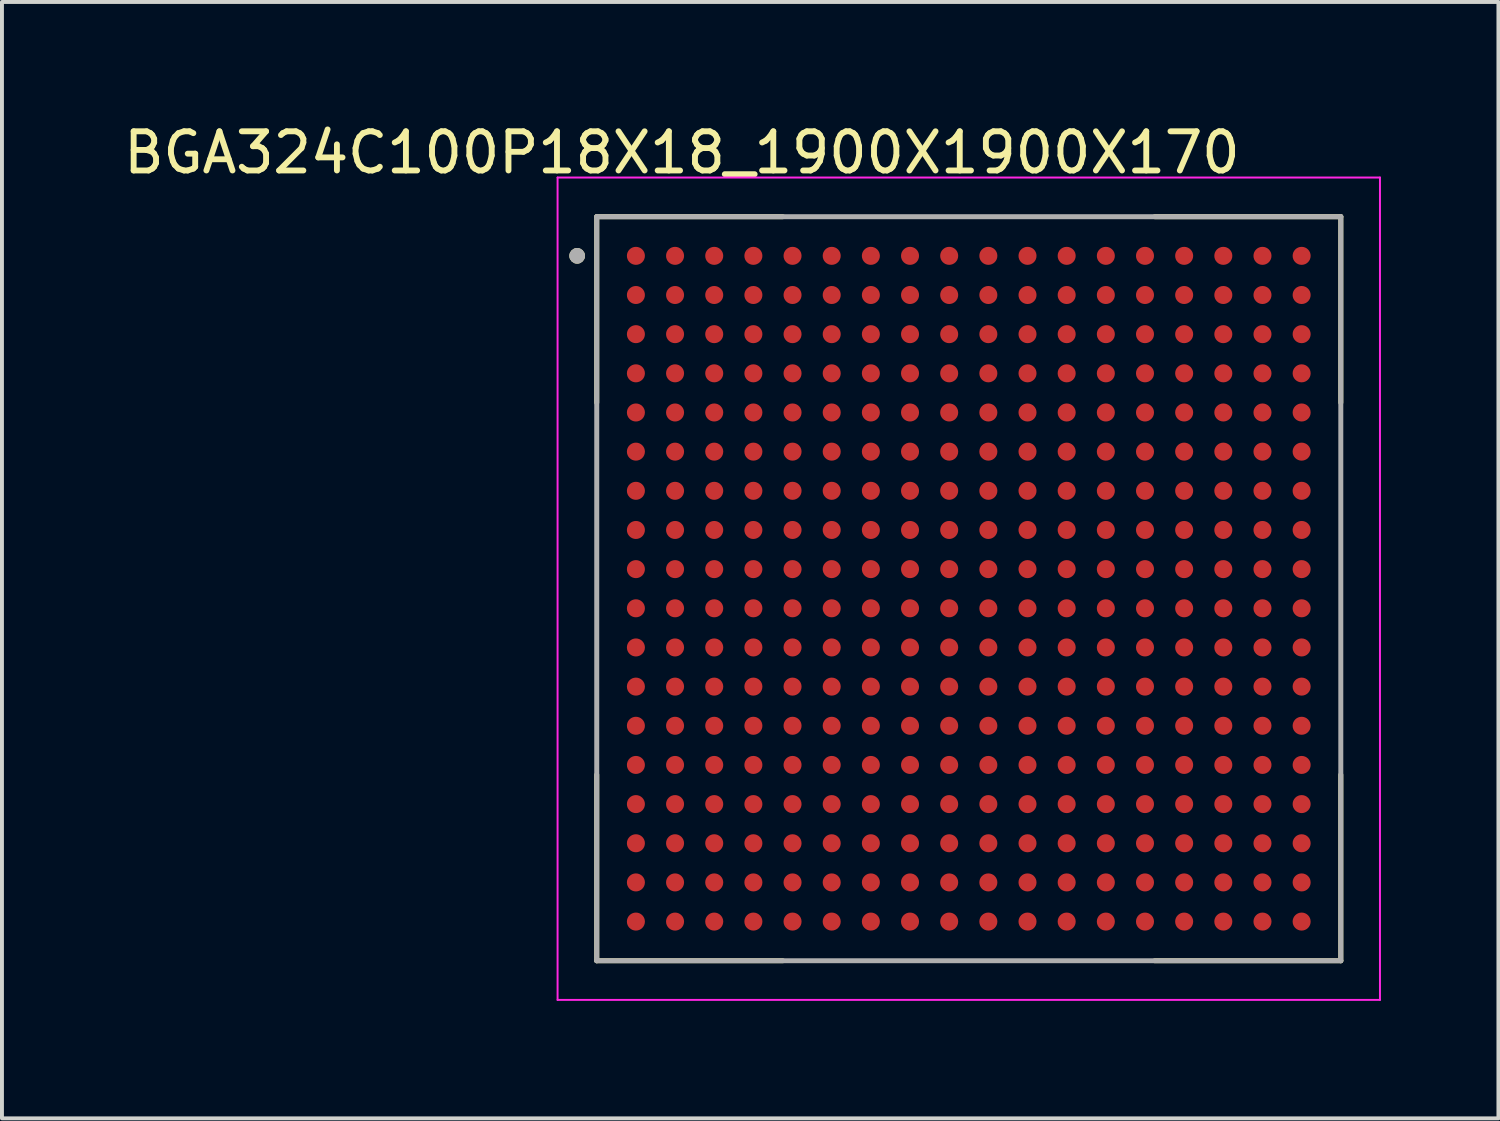
<source format=kicad_pcb>
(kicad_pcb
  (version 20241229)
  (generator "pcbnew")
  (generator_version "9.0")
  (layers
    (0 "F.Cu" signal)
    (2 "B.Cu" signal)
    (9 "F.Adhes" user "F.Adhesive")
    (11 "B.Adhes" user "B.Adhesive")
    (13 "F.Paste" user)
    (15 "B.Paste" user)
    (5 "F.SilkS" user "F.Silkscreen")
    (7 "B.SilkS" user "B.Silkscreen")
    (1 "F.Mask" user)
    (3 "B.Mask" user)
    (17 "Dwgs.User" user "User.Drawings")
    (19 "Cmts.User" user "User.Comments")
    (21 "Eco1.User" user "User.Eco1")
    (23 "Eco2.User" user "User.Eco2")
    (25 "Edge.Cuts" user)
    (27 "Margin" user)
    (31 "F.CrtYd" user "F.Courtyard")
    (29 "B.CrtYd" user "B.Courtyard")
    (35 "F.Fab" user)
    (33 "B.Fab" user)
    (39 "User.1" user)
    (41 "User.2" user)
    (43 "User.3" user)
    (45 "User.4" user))
  (footprint "BGA324C100P18X18_1900X1900X170"
    (layer "F.Cu")
    (at 21.688 11.983)
    (property "Reference" "BGA324C100P18X18_1900X1900X170" (at -7.325 -11.135 0) (layer "F.SilkS") (effects (font (size 1 1) (thickness 0.15))))
    (attr smd)
    (fp_line (start -9.5 -9.5) (end -9.5 -4.75) (stroke (width 0.127) (type solid)) (layer "F.SilkS"))
    (fp_line (start -9.5 -9.5) (end -4.75 -9.5) (stroke (width 0.127) (type solid)) (layer "F.SilkS"))
    (fp_line (start -9.5 9.5) (end -9.5 4.75) (stroke (width 0.127) (type solid)) (layer "F.SilkS"))
    (fp_line (start -9.5 9.5) (end -4.75 9.5) (stroke (width 0.127) (type solid)) (layer "F.SilkS"))
    (fp_line (start 9.5 -9.5) (end 4.75 -9.5) (stroke (width 0.127) (type solid)) (layer "F.SilkS"))
    (fp_line (start 9.5 -9.5) (end 9.5 -4.75) (stroke (width 0.127) (type solid)) (layer "F.SilkS"))
    (fp_line (start 9.5 9.5) (end 4.75 9.5) (stroke (width 0.127) (type solid)) (layer "F.SilkS"))
    (fp_line (start 9.5 9.5) (end 9.5 4.75) (stroke (width 0.127) (type solid)) (layer "F.SilkS"))
    (fp_circle (center -10 -8.5) (end -9.9 -8.5) (stroke (width 0.2) (type solid)) (fill no) (layer "F.SilkS"))
    (fp_line (start -10.5 -10.5) (end 10.5 -10.5) (stroke (width 0.05) (type solid)) (layer "F.CrtYd"))
    (fp_line (start -10.5 10.5) (end -10.5 -10.5) (stroke (width 0.05) (type solid)) (layer "F.CrtYd"))
    (fp_line (start -10.5 10.5) (end 10.5 10.5) (stroke (width 0.05) (type solid)) (layer "F.CrtYd"))
    (fp_line (start 10.5 10.5) (end 10.5 -10.5) (stroke (width 0.05) (type solid)) (layer "F.CrtYd"))
    (fp_line (start -9.5 9.5) (end -9.5 -9.5) (stroke (width 0.127) (type solid)) (layer "F.Fab"))
    (fp_line (start 9.5 -9.5) (end -9.5 -9.5) (stroke (width 0.127) (type solid)) (layer "F.Fab"))
    (fp_line (start 9.5 9.5) (end -9.5 9.5) (stroke (width 0.127) (type solid)) (layer "F.Fab"))
    (fp_line (start 9.5 9.5) (end 9.5 -9.5) (stroke (width 0.127) (type solid)) (layer "F.Fab"))
    (fp_circle (center -10 -8.5) (end -9.9 -8.5) (stroke (width 0.2) (type solid)) (fill no) (layer "F.Fab"))
    (pad "A1" smd circle (at -8.5 -8.5) (size 0.46 0.46) (layers "F.Cu" "F.Mask" "F.Paste"))
    (pad "A2" smd circle (at -7.5 -8.5) (size 0.46 0.46) (layers "F.Cu" "F.Mask" "F.Paste"))
    (pad "A3" smd circle (at -6.5 -8.5) (size 0.46 0.46) (layers "F.Cu" "F.Mask" "F.Paste"))
    (pad "A4" smd circle (at -5.5 -8.5) (size 0.46 0.46) (layers "F.Cu" "F.Mask" "F.Paste"))
    (pad "A5" smd circle (at -4.5 -8.5) (size 0.46 0.46) (layers "F.Cu" "F.Mask" "F.Paste"))
    (pad "A6" smd circle (at -3.5 -8.5) (size 0.46 0.46) (layers "F.Cu" "F.Mask" "F.Paste"))
    (pad "A7" smd circle (at -2.5 -8.5) (size 0.46 0.46) (layers "F.Cu" "F.Mask" "F.Paste"))
    (pad "A8" smd circle (at -1.5 -8.5) (size 0.46 0.46) (layers "F.Cu" "F.Mask" "F.Paste"))
    (pad "A9" smd circle (at -0.5 -8.5) (size 0.46 0.46) (layers "F.Cu" "F.Mask" "F.Paste"))
    (pad "A10" smd circle (at 0.5 -8.5) (size 0.46 0.46) (layers "F.Cu" "F.Mask" "F.Paste"))
    (pad "A11" smd circle (at 1.5 -8.5) (size 0.46 0.46) (layers "F.Cu" "F.Mask" "F.Paste"))
    (pad "A12" smd circle (at 2.5 -8.5) (size 0.46 0.46) (layers "F.Cu" "F.Mask" "F.Paste"))
    (pad "A13" smd circle (at 3.5 -8.5) (size 0.46 0.46) (layers "F.Cu" "F.Mask" "F.Paste"))
    (pad "A14" smd circle (at 4.5 -8.5) (size 0.46 0.46) (layers "F.Cu" "F.Mask" "F.Paste"))
    (pad "A15" smd circle (at 5.5 -8.5) (size 0.46 0.46) (layers "F.Cu" "F.Mask" "F.Paste"))
    (pad "A16" smd circle (at 6.5 -8.5) (size 0.46 0.46) (layers "F.Cu" "F.Mask" "F.Paste"))
    (pad "A17" smd circle (at 7.5 -8.5) (size 0.46 0.46) (layers "F.Cu" "F.Mask" "F.Paste"))
    (pad "A18" smd circle (at 8.5 -8.5) (size 0.46 0.46) (layers "F.Cu" "F.Mask" "F.Paste"))
    (pad "B1" smd circle (at -8.5 -7.5) (size 0.46 0.46) (layers "F.Cu" "F.Mask" "F.Paste"))
    (pad "B2" smd circle (at -7.5 -7.5) (size 0.46 0.46) (layers "F.Cu" "F.Mask" "F.Paste"))
    (pad "B3" smd circle (at -6.5 -7.5) (size 0.46 0.46) (layers "F.Cu" "F.Mask" "F.Paste"))
    (pad "B4" smd circle (at -5.5 -7.5) (size 0.46 0.46) (layers "F.Cu" "F.Mask" "F.Paste"))
    (pad "B5" smd circle (at -4.5 -7.5) (size 0.46 0.46) (layers "F.Cu" "F.Mask" "F.Paste"))
    (pad "B6" smd circle (at -3.5 -7.5) (size 0.46 0.46) (layers "F.Cu" "F.Mask" "F.Paste"))
    (pad "B7" smd circle (at -2.5 -7.5) (size 0.46 0.46) (layers "F.Cu" "F.Mask" "F.Paste"))
    (pad "B8" smd circle (at -1.5 -7.5) (size 0.46 0.46) (layers "F.Cu" "F.Mask" "F.Paste"))
    (pad "B9" smd circle (at -0.5 -7.5) (size 0.46 0.46) (layers "F.Cu" "F.Mask" "F.Paste"))
    (pad "B10" smd circle (at 0.5 -7.5) (size 0.46 0.46) (layers "F.Cu" "F.Mask" "F.Paste"))
    (pad "B11" smd circle (at 1.5 -7.5) (size 0.46 0.46) (layers "F.Cu" "F.Mask" "F.Paste"))
    (pad "B12" smd circle (at 2.5 -7.5) (size 0.46 0.46) (layers "F.Cu" "F.Mask" "F.Paste"))
    (pad "B13" smd circle (at 3.5 -7.5) (size 0.46 0.46) (layers "F.Cu" "F.Mask" "F.Paste"))
    (pad "B14" smd circle (at 4.5 -7.5) (size 0.46 0.46) (layers "F.Cu" "F.Mask" "F.Paste"))
    (pad "B15" smd circle (at 5.5 -7.5) (size 0.46 0.46) (layers "F.Cu" "F.Mask" "F.Paste"))
    (pad "B16" smd circle (at 6.5 -7.5) (size 0.46 0.46) (layers "F.Cu" "F.Mask" "F.Paste"))
    (pad "B17" smd circle (at 7.5 -7.5) (size 0.46 0.46) (layers "F.Cu" "F.Mask" "F.Paste"))
    (pad "B18" smd circle (at 8.5 -7.5) (size 0.46 0.46) (layers "F.Cu" "F.Mask" "F.Paste"))
    (pad "C1" smd circle (at -8.5 -6.5) (size 0.46 0.46) (layers "F.Cu" "F.Mask" "F.Paste"))
    (pad "C2" smd circle (at -7.5 -6.5) (size 0.46 0.46) (layers "F.Cu" "F.Mask" "F.Paste"))
    (pad "C3" smd circle (at -6.5 -6.5) (size 0.46 0.46) (layers "F.Cu" "F.Mask" "F.Paste"))
    (pad "C4" smd circle (at -5.5 -6.5) (size 0.46 0.46) (layers "F.Cu" "F.Mask" "F.Paste"))
    (pad "C5" smd circle (at -4.5 -6.5) (size 0.46 0.46) (layers "F.Cu" "F.Mask" "F.Paste"))
    (pad "C6" smd circle (at -3.5 -6.5) (size 0.46 0.46) (layers "F.Cu" "F.Mask" "F.Paste"))
    (pad "C7" smd circle (at -2.5 -6.5) (size 0.46 0.46) (layers "F.Cu" "F.Mask" "F.Paste"))
    (pad "C8" smd circle (at -1.5 -6.5) (size 0.46 0.46) (layers "F.Cu" "F.Mask" "F.Paste"))
    (pad "C9" smd circle (at -0.5 -6.5) (size 0.46 0.46) (layers "F.Cu" "F.Mask" "F.Paste"))
    (pad "C10" smd circle (at 0.5 -6.5) (size 0.46 0.46) (layers "F.Cu" "F.Mask" "F.Paste"))
    (pad "C11" smd circle (at 1.5 -6.5) (size 0.46 0.46) (layers "F.Cu" "F.Mask" "F.Paste"))
    (pad "C12" smd circle (at 2.5 -6.5) (size 0.46 0.46) (layers "F.Cu" "F.Mask" "F.Paste"))
    (pad "C13" smd circle (at 3.5 -6.5) (size 0.46 0.46) (layers "F.Cu" "F.Mask" "F.Paste"))
    (pad "C14" smd circle (at 4.5 -6.5) (size 0.46 0.46) (layers "F.Cu" "F.Mask" "F.Paste"))
    (pad "C15" smd circle (at 5.5 -6.5) (size 0.46 0.46) (layers "F.Cu" "F.Mask" "F.Paste"))
    (pad "C16" smd circle (at 6.5 -6.5) (size 0.46 0.46) (layers "F.Cu" "F.Mask" "F.Paste"))
    (pad "C17" smd circle (at 7.5 -6.5) (size 0.46 0.46) (layers "F.Cu" "F.Mask" "F.Paste"))
    (pad "C18" smd circle (at 8.5 -6.5) (size 0.46 0.46) (layers "F.Cu" "F.Mask" "F.Paste"))
    (pad "D1" smd circle (at -8.5 -5.5) (size 0.46 0.46) (layers "F.Cu" "F.Mask" "F.Paste"))
    (pad "D2" smd circle (at -7.5 -5.5) (size 0.46 0.46) (layers "F.Cu" "F.Mask" "F.Paste"))
    (pad "D3" smd circle (at -6.5 -5.5) (size 0.46 0.46) (layers "F.Cu" "F.Mask" "F.Paste"))
    (pad "D4" smd circle (at -5.5 -5.5) (size 0.46 0.46) (layers "F.Cu" "F.Mask" "F.Paste"))
    (pad "D5" smd circle (at -4.5 -5.5) (size 0.46 0.46) (layers "F.Cu" "F.Mask" "F.Paste"))
    (pad "D6" smd circle (at -3.5 -5.5) (size 0.46 0.46) (layers "F.Cu" "F.Mask" "F.Paste"))
    (pad "D7" smd circle (at -2.5 -5.5) (size 0.46 0.46) (layers "F.Cu" "F.Mask" "F.Paste"))
    (pad "D8" smd circle (at -1.5 -5.5) (size 0.46 0.46) (layers "F.Cu" "F.Mask" "F.Paste"))
    (pad "D9" smd circle (at -0.5 -5.5) (size 0.46 0.46) (layers "F.Cu" "F.Mask" "F.Paste"))
    (pad "D10" smd circle (at 0.5 -5.5) (size 0.46 0.46) (layers "F.Cu" "F.Mask" "F.Paste"))
    (pad "D11" smd circle (at 1.5 -5.5) (size 0.46 0.46) (layers "F.Cu" "F.Mask" "F.Paste"))
    (pad "D12" smd circle (at 2.5 -5.5) (size 0.46 0.46) (layers "F.Cu" "F.Mask" "F.Paste"))
    (pad "D13" smd circle (at 3.5 -5.5) (size 0.46 0.46) (layers "F.Cu" "F.Mask" "F.Paste"))
    (pad "D14" smd circle (at 4.5 -5.5) (size 0.46 0.46) (layers "F.Cu" "F.Mask" "F.Paste"))
    (pad "D15" smd circle (at 5.5 -5.5) (size 0.46 0.46) (layers "F.Cu" "F.Mask" "F.Paste"))
    (pad "D16" smd circle (at 6.5 -5.5) (size 0.46 0.46) (layers "F.Cu" "F.Mask" "F.Paste"))
    (pad "D17" smd circle (at 7.5 -5.5) (size 0.46 0.46) (layers "F.Cu" "F.Mask" "F.Paste"))
    (pad "D18" smd circle (at 8.5 -5.5) (size 0.46 0.46) (layers "F.Cu" "F.Mask" "F.Paste"))
    (pad "E1" smd circle (at -8.5 -4.5) (size 0.46 0.46) (layers "F.Cu" "F.Mask" "F.Paste"))
    (pad "E2" smd circle (at -7.5 -4.5) (size 0.46 0.46) (layers "F.Cu" "F.Mask" "F.Paste"))
    (pad "E3" smd circle (at -6.5 -4.5) (size 0.46 0.46) (layers "F.Cu" "F.Mask" "F.Paste"))
    (pad "E4" smd circle (at -5.5 -4.5) (size 0.46 0.46) (layers "F.Cu" "F.Mask" "F.Paste"))
    (pad "E5" smd circle (at -4.5 -4.5) (size 0.46 0.46) (layers "F.Cu" "F.Mask" "F.Paste"))
    (pad "E6" smd circle (at -3.5 -4.5) (size 0.46 0.46) (layers "F.Cu" "F.Mask" "F.Paste"))
    (pad "E7" smd circle (at -2.5 -4.5) (size 0.46 0.46) (layers "F.Cu" "F.Mask" "F.Paste"))
    (pad "E8" smd circle (at -1.5 -4.5) (size 0.46 0.46) (layers "F.Cu" "F.Mask" "F.Paste"))
    (pad "E9" smd circle (at -0.5 -4.5) (size 0.46 0.46) (layers "F.Cu" "F.Mask" "F.Paste"))
    (pad "E10" smd circle (at 0.5 -4.5) (size 0.46 0.46) (layers "F.Cu" "F.Mask" "F.Paste"))
    (pad "E11" smd circle (at 1.5 -4.5) (size 0.46 0.46) (layers "F.Cu" "F.Mask" "F.Paste"))
    (pad "E12" smd circle (at 2.5 -4.5) (size 0.46 0.46) (layers "F.Cu" "F.Mask" "F.Paste"))
    (pad "E13" smd circle (at 3.5 -4.5) (size 0.46 0.46) (layers "F.Cu" "F.Mask" "F.Paste"))
    (pad "E14" smd circle (at 4.5 -4.5) (size 0.46 0.46) (layers "F.Cu" "F.Mask" "F.Paste"))
    (pad "E15" smd circle (at 5.5 -4.5) (size 0.46 0.46) (layers "F.Cu" "F.Mask" "F.Paste"))
    (pad "E16" smd circle (at 6.5 -4.5) (size 0.46 0.46) (layers "F.Cu" "F.Mask" "F.Paste"))
    (pad "E17" smd circle (at 7.5 -4.5) (size 0.46 0.46) (layers "F.Cu" "F.Mask" "F.Paste"))
    (pad "E18" smd circle (at 8.5 -4.5) (size 0.46 0.46) (layers "F.Cu" "F.Mask" "F.Paste"))
    (pad "F1" smd circle (at -8.5 -3.5) (size 0.46 0.46) (layers "F.Cu" "F.Mask" "F.Paste"))
    (pad "F2" smd circle (at -7.5 -3.5) (size 0.46 0.46) (layers "F.Cu" "F.Mask" "F.Paste"))
    (pad "F3" smd circle (at -6.5 -3.5) (size 0.46 0.46) (layers "F.Cu" "F.Mask" "F.Paste"))
    (pad "F4" smd circle (at -5.5 -3.5) (size 0.46 0.46) (layers "F.Cu" "F.Mask" "F.Paste"))
    (pad "F5" smd circle (at -4.5 -3.5) (size 0.46 0.46) (layers "F.Cu" "F.Mask" "F.Paste"))
    (pad "F6" smd circle (at -3.5 -3.5) (size 0.46 0.46) (layers "F.Cu" "F.Mask" "F.Paste"))
    (pad "F7" smd circle (at -2.5 -3.5) (size 0.46 0.46) (layers "F.Cu" "F.Mask" "F.Paste"))
    (pad "F8" smd circle (at -1.5 -3.5) (size 0.46 0.46) (layers "F.Cu" "F.Mask" "F.Paste"))
    (pad "F9" smd circle (at -0.5 -3.5) (size 0.46 0.46) (layers "F.Cu" "F.Mask" "F.Paste"))
    (pad "F10" smd circle (at 0.5 -3.5) (size 0.46 0.46) (layers "F.Cu" "F.Mask" "F.Paste"))
    (pad "F11" smd circle (at 1.5 -3.5) (size 0.46 0.46) (layers "F.Cu" "F.Mask" "F.Paste"))
    (pad "F12" smd circle (at 2.5 -3.5) (size 0.46 0.46) (layers "F.Cu" "F.Mask" "F.Paste"))
    (pad "F13" smd circle (at 3.5 -3.5) (size 0.46 0.46) (layers "F.Cu" "F.Mask" "F.Paste"))
    (pad "F14" smd circle (at 4.5 -3.5) (size 0.46 0.46) (layers "F.Cu" "F.Mask" "F.Paste"))
    (pad "F15" smd circle (at 5.5 -3.5) (size 0.46 0.46) (layers "F.Cu" "F.Mask" "F.Paste"))
    (pad "F16" smd circle (at 6.5 -3.5) (size 0.46 0.46) (layers "F.Cu" "F.Mask" "F.Paste"))
    (pad "F17" smd circle (at 7.5 -3.5) (size 0.46 0.46) (layers "F.Cu" "F.Mask" "F.Paste"))
    (pad "F18" smd circle (at 8.5 -3.5) (size 0.46 0.46) (layers "F.Cu" "F.Mask" "F.Paste"))
    (pad "G1" smd circle (at -8.5 -2.5) (size 0.46 0.46) (layers "F.Cu" "F.Mask" "F.Paste"))
    (pad "G2" smd circle (at -7.5 -2.5) (size 0.46 0.46) (layers "F.Cu" "F.Mask" "F.Paste"))
    (pad "G3" smd circle (at -6.5 -2.5) (size 0.46 0.46) (layers "F.Cu" "F.Mask" "F.Paste"))
    (pad "G4" smd circle (at -5.5 -2.5) (size 0.46 0.46) (layers "F.Cu" "F.Mask" "F.Paste"))
    (pad "G5" smd circle (at -4.5 -2.5) (size 0.46 0.46) (layers "F.Cu" "F.Mask" "F.Paste"))
    (pad "G6" smd circle (at -3.5 -2.5) (size 0.46 0.46) (layers "F.Cu" "F.Mask" "F.Paste"))
    (pad "G7" smd circle (at -2.5 -2.5) (size 0.46 0.46) (layers "F.Cu" "F.Mask" "F.Paste"))
    (pad "G8" smd circle (at -1.5 -2.5) (size 0.46 0.46) (layers "F.Cu" "F.Mask" "F.Paste"))
    (pad "G9" smd circle (at -0.5 -2.5) (size 0.46 0.46) (layers "F.Cu" "F.Mask" "F.Paste"))
    (pad "G10" smd circle (at 0.5 -2.5) (size 0.46 0.46) (layers "F.Cu" "F.Mask" "F.Paste"))
    (pad "G11" smd circle (at 1.5 -2.5) (size 0.46 0.46) (layers "F.Cu" "F.Mask" "F.Paste"))
    (pad "G12" smd circle (at 2.5 -2.5) (size 0.46 0.46) (layers "F.Cu" "F.Mask" "F.Paste"))
    (pad "G13" smd circle (at 3.5 -2.5) (size 0.46 0.46) (layers "F.Cu" "F.Mask" "F.Paste"))
    (pad "G14" smd circle (at 4.5 -2.5) (size 0.46 0.46) (layers "F.Cu" "F.Mask" "F.Paste"))
    (pad "G15" smd circle (at 5.5 -2.5) (size 0.46 0.46) (layers "F.Cu" "F.Mask" "F.Paste"))
    (pad "G16" smd circle (at 6.5 -2.5) (size 0.46 0.46) (layers "F.Cu" "F.Mask" "F.Paste"))
    (pad "G17" smd circle (at 7.5 -2.5) (size 0.46 0.46) (layers "F.Cu" "F.Mask" "F.Paste"))
    (pad "G18" smd circle (at 8.5 -2.5) (size 0.46 0.46) (layers "F.Cu" "F.Mask" "F.Paste"))
    (pad "H1" smd circle (at -8.5 -1.5) (size 0.46 0.46) (layers "F.Cu" "F.Mask" "F.Paste"))
    (pad "H2" smd circle (at -7.5 -1.5) (size 0.46 0.46) (layers "F.Cu" "F.Mask" "F.Paste"))
    (pad "H3" smd circle (at -6.5 -1.5) (size 0.46 0.46) (layers "F.Cu" "F.Mask" "F.Paste"))
    (pad "H4" smd circle (at -5.5 -1.5) (size 0.46 0.46) (layers "F.Cu" "F.Mask" "F.Paste"))
    (pad "H5" smd circle (at -4.5 -1.5) (size 0.46 0.46) (layers "F.Cu" "F.Mask" "F.Paste"))
    (pad "H6" smd circle (at -3.5 -1.5) (size 0.46 0.46) (layers "F.Cu" "F.Mask" "F.Paste"))
    (pad "H7" smd circle (at -2.5 -1.5) (size 0.46 0.46) (layers "F.Cu" "F.Mask" "F.Paste"))
    (pad "H8" smd circle (at -1.5 -1.5) (size 0.46 0.46) (layers "F.Cu" "F.Mask" "F.Paste"))
    (pad "H9" smd circle (at -0.5 -1.5) (size 0.46 0.46) (layers "F.Cu" "F.Mask" "F.Paste"))
    (pad "H10" smd circle (at 0.5 -1.5) (size 0.46 0.46) (layers "F.Cu" "F.Mask" "F.Paste"))
    (pad "H11" smd circle (at 1.5 -1.5) (size 0.46 0.46) (layers "F.Cu" "F.Mask" "F.Paste"))
    (pad "H12" smd circle (at 2.5 -1.5) (size 0.46 0.46) (layers "F.Cu" "F.Mask" "F.Paste"))
    (pad "H13" smd circle (at 3.5 -1.5) (size 0.46 0.46) (layers "F.Cu" "F.Mask" "F.Paste"))
    (pad "H14" smd circle (at 4.5 -1.5) (size 0.46 0.46) (layers "F.Cu" "F.Mask" "F.Paste"))
    (pad "H15" smd circle (at 5.5 -1.5) (size 0.46 0.46) (layers "F.Cu" "F.Mask" "F.Paste"))
    (pad "H16" smd circle (at 6.5 -1.5) (size 0.46 0.46) (layers "F.Cu" "F.Mask" "F.Paste"))
    (pad "H17" smd circle (at 7.5 -1.5) (size 0.46 0.46) (layers "F.Cu" "F.Mask" "F.Paste"))
    (pad "H18" smd circle (at 8.5 -1.5) (size 0.46 0.46) (layers "F.Cu" "F.Mask" "F.Paste"))
    (pad "J1" smd circle (at -8.5 -0.5) (size 0.46 0.46) (layers "F.Cu" "F.Mask" "F.Paste"))
    (pad "J2" smd circle (at -7.5 -0.5) (size 0.46 0.46) (layers "F.Cu" "F.Mask" "F.Paste"))
    (pad "J3" smd circle (at -6.5 -0.5) (size 0.46 0.46) (layers "F.Cu" "F.Mask" "F.Paste"))
    (pad "J4" smd circle (at -5.5 -0.5) (size 0.46 0.46) (layers "F.Cu" "F.Mask" "F.Paste"))
    (pad "J5" smd circle (at -4.5 -0.5) (size 0.46 0.46) (layers "F.Cu" "F.Mask" "F.Paste"))
    (pad "J6" smd circle (at -3.5 -0.5) (size 0.46 0.46) (layers "F.Cu" "F.Mask" "F.Paste"))
    (pad "J7" smd circle (at -2.5 -0.5) (size 0.46 0.46) (layers "F.Cu" "F.Mask" "F.Paste"))
    (pad "J8" smd circle (at -1.5 -0.5) (size 0.46 0.46) (layers "F.Cu" "F.Mask" "F.Paste"))
    (pad "J9" smd circle (at -0.5 -0.5) (size 0.46 0.46) (layers "F.Cu" "F.Mask" "F.Paste"))
    (pad "J10" smd circle (at 0.5 -0.5) (size 0.46 0.46) (layers "F.Cu" "F.Mask" "F.Paste"))
    (pad "J11" smd circle (at 1.5 -0.5) (size 0.46 0.46) (layers "F.Cu" "F.Mask" "F.Paste"))
    (pad "J12" smd circle (at 2.5 -0.5) (size 0.46 0.46) (layers "F.Cu" "F.Mask" "F.Paste"))
    (pad "J13" smd circle (at 3.5 -0.5) (size 0.46 0.46) (layers "F.Cu" "F.Mask" "F.Paste"))
    (pad "J14" smd circle (at 4.5 -0.5) (size 0.46 0.46) (layers "F.Cu" "F.Mask" "F.Paste"))
    (pad "J15" smd circle (at 5.5 -0.5) (size 0.46 0.46) (layers "F.Cu" "F.Mask" "F.Paste"))
    (pad "J16" smd circle (at 6.5 -0.5) (size 0.46 0.46) (layers "F.Cu" "F.Mask" "F.Paste"))
    (pad "J17" smd circle (at 7.5 -0.5) (size 0.46 0.46) (layers "F.Cu" "F.Mask" "F.Paste"))
    (pad "J18" smd circle (at 8.5 -0.5) (size 0.46 0.46) (layers "F.Cu" "F.Mask" "F.Paste"))
    (pad "K1" smd circle (at -8.5 0.5) (size 0.46 0.46) (layers "F.Cu" "F.Mask" "F.Paste"))
    (pad "K2" smd circle (at -7.5 0.5) (size 0.46 0.46) (layers "F.Cu" "F.Mask" "F.Paste"))
    (pad "K3" smd circle (at -6.5 0.5) (size 0.46 0.46) (layers "F.Cu" "F.Mask" "F.Paste"))
    (pad "K4" smd circle (at -5.5 0.5) (size 0.46 0.46) (layers "F.Cu" "F.Mask" "F.Paste"))
    (pad "K5" smd circle (at -4.5 0.5) (size 0.46 0.46) (layers "F.Cu" "F.Mask" "F.Paste"))
    (pad "K6" smd circle (at -3.5 0.5) (size 0.46 0.46) (layers "F.Cu" "F.Mask" "F.Paste"))
    (pad "K7" smd circle (at -2.5 0.5) (size 0.46 0.46) (layers "F.Cu" "F.Mask" "F.Paste"))
    (pad "K8" smd circle (at -1.5 0.5) (size 0.46 0.46) (layers "F.Cu" "F.Mask" "F.Paste"))
    (pad "K9" smd circle (at -0.5 0.5) (size 0.46 0.46) (layers "F.Cu" "F.Mask" "F.Paste"))
    (pad "K10" smd circle (at 0.5 0.5) (size 0.46 0.46) (layers "F.Cu" "F.Mask" "F.Paste"))
    (pad "K11" smd circle (at 1.5 0.5) (size 0.46 0.46) (layers "F.Cu" "F.Mask" "F.Paste"))
    (pad "K12" smd circle (at 2.5 0.5) (size 0.46 0.46) (layers "F.Cu" "F.Mask" "F.Paste"))
    (pad "K13" smd circle (at 3.5 0.5) (size 0.46 0.46) (layers "F.Cu" "F.Mask" "F.Paste"))
    (pad "K14" smd circle (at 4.5 0.5) (size 0.46 0.46) (layers "F.Cu" "F.Mask" "F.Paste"))
    (pad "K15" smd circle (at 5.5 0.5) (size 0.46 0.46) (layers "F.Cu" "F.Mask" "F.Paste"))
    (pad "K16" smd circle (at 6.5 0.5) (size 0.46 0.46) (layers "F.Cu" "F.Mask" "F.Paste"))
    (pad "K17" smd circle (at 7.5 0.5) (size 0.46 0.46) (layers "F.Cu" "F.Mask" "F.Paste"))
    (pad "K18" smd circle (at 8.5 0.5) (size 0.46 0.46) (layers "F.Cu" "F.Mask" "F.Paste"))
    (pad "L1" smd circle (at -8.5 1.5) (size 0.46 0.46) (layers "F.Cu" "F.Mask" "F.Paste"))
    (pad "L2" smd circle (at -7.5 1.5) (size 0.46 0.46) (layers "F.Cu" "F.Mask" "F.Paste"))
    (pad "L3" smd circle (at -6.5 1.5) (size 0.46 0.46) (layers "F.Cu" "F.Mask" "F.Paste"))
    (pad "L4" smd circle (at -5.5 1.5) (size 0.46 0.46) (layers "F.Cu" "F.Mask" "F.Paste"))
    (pad "L5" smd circle (at -4.5 1.5) (size 0.46 0.46) (layers "F.Cu" "F.Mask" "F.Paste"))
    (pad "L6" smd circle (at -3.5 1.5) (size 0.46 0.46) (layers "F.Cu" "F.Mask" "F.Paste"))
    (pad "L7" smd circle (at -2.5 1.5) (size 0.46 0.46) (layers "F.Cu" "F.Mask" "F.Paste"))
    (pad "L8" smd circle (at -1.5 1.5) (size 0.46 0.46) (layers "F.Cu" "F.Mask" "F.Paste"))
    (pad "L9" smd circle (at -0.5 1.5) (size 0.46 0.46) (layers "F.Cu" "F.Mask" "F.Paste"))
    (pad "L10" smd circle (at 0.5 1.5) (size 0.46 0.46) (layers "F.Cu" "F.Mask" "F.Paste"))
    (pad "L11" smd circle (at 1.5 1.5) (size 0.46 0.46) (layers "F.Cu" "F.Mask" "F.Paste"))
    (pad "L12" smd circle (at 2.5 1.5) (size 0.46 0.46) (layers "F.Cu" "F.Mask" "F.Paste"))
    (pad "L13" smd circle (at 3.5 1.5) (size 0.46 0.46) (layers "F.Cu" "F.Mask" "F.Paste"))
    (pad "L14" smd circle (at 4.5 1.5) (size 0.46 0.46) (layers "F.Cu" "F.Mask" "F.Paste"))
    (pad "L15" smd circle (at 5.5 1.5) (size 0.46 0.46) (layers "F.Cu" "F.Mask" "F.Paste"))
    (pad "L16" smd circle (at 6.5 1.5) (size 0.46 0.46) (layers "F.Cu" "F.Mask" "F.Paste"))
    (pad "L17" smd circle (at 7.5 1.5) (size 0.46 0.46) (layers "F.Cu" "F.Mask" "F.Paste"))
    (pad "L18" smd circle (at 8.5 1.5) (size 0.46 0.46) (layers "F.Cu" "F.Mask" "F.Paste"))
    (pad "M1" smd circle (at -8.5 2.5) (size 0.46 0.46) (layers "F.Cu" "F.Mask" "F.Paste"))
    (pad "M2" smd circle (at -7.5 2.5) (size 0.46 0.46) (layers "F.Cu" "F.Mask" "F.Paste"))
    (pad "M3" smd circle (at -6.5 2.5) (size 0.46 0.46) (layers "F.Cu" "F.Mask" "F.Paste"))
    (pad "M4" smd circle (at -5.5 2.5) (size 0.46 0.46) (layers "F.Cu" "F.Mask" "F.Paste"))
    (pad "M5" smd circle (at -4.5 2.5) (size 0.46 0.46) (layers "F.Cu" "F.Mask" "F.Paste"))
    (pad "M6" smd circle (at -3.5 2.5) (size 0.46 0.46) (layers "F.Cu" "F.Mask" "F.Paste"))
    (pad "M7" smd circle (at -2.5 2.5) (size 0.46 0.46) (layers "F.Cu" "F.Mask" "F.Paste"))
    (pad "M8" smd circle (at -1.5 2.5) (size 0.46 0.46) (layers "F.Cu" "F.Mask" "F.Paste"))
    (pad "M9" smd circle (at -0.5 2.5) (size 0.46 0.46) (layers "F.Cu" "F.Mask" "F.Paste"))
    (pad "M10" smd circle (at 0.5 2.5) (size 0.46 0.46) (layers "F.Cu" "F.Mask" "F.Paste"))
    (pad "M11" smd circle (at 1.5 2.5) (size 0.46 0.46) (layers "F.Cu" "F.Mask" "F.Paste"))
    (pad "M12" smd circle (at 2.5 2.5) (size 0.46 0.46) (layers "F.Cu" "F.Mask" "F.Paste"))
    (pad "M13" smd circle (at 3.5 2.5) (size 0.46 0.46) (layers "F.Cu" "F.Mask" "F.Paste"))
    (pad "M14" smd circle (at 4.5 2.5) (size 0.46 0.46) (layers "F.Cu" "F.Mask" "F.Paste"))
    (pad "M15" smd circle (at 5.5 2.5) (size 0.46 0.46) (layers "F.Cu" "F.Mask" "F.Paste"))
    (pad "M16" smd circle (at 6.5 2.5) (size 0.46 0.46) (layers "F.Cu" "F.Mask" "F.Paste"))
    (pad "M17" smd circle (at 7.5 2.5) (size 0.46 0.46) (layers "F.Cu" "F.Mask" "F.Paste"))
    (pad "M18" smd circle (at 8.5 2.5) (size 0.46 0.46) (layers "F.Cu" "F.Mask" "F.Paste"))
    (pad "N1" smd circle (at -8.5 3.5) (size 0.46 0.46) (layers "F.Cu" "F.Mask" "F.Paste"))
    (pad "N2" smd circle (at -7.5 3.5) (size 0.46 0.46) (layers "F.Cu" "F.Mask" "F.Paste"))
    (pad "N3" smd circle (at -6.5 3.5) (size 0.46 0.46) (layers "F.Cu" "F.Mask" "F.Paste"))
    (pad "N4" smd circle (at -5.5 3.5) (size 0.46 0.46) (layers "F.Cu" "F.Mask" "F.Paste"))
    (pad "N5" smd circle (at -4.5 3.5) (size 0.46 0.46) (layers "F.Cu" "F.Mask" "F.Paste"))
    (pad "N6" smd circle (at -3.5 3.5) (size 0.46 0.46) (layers "F.Cu" "F.Mask" "F.Paste"))
    (pad "N7" smd circle (at -2.5 3.5) (size 0.46 0.46) (layers "F.Cu" "F.Mask" "F.Paste"))
    (pad "N8" smd circle (at -1.5 3.5) (size 0.46 0.46) (layers "F.Cu" "F.Mask" "F.Paste"))
    (pad "N9" smd circle (at -0.5 3.5) (size 0.46 0.46) (layers "F.Cu" "F.Mask" "F.Paste"))
    (pad "N10" smd circle (at 0.5 3.5) (size 0.46 0.46) (layers "F.Cu" "F.Mask" "F.Paste"))
    (pad "N11" smd circle (at 1.5 3.5) (size 0.46 0.46) (layers "F.Cu" "F.Mask" "F.Paste"))
    (pad "N12" smd circle (at 2.5 3.5) (size 0.46 0.46) (layers "F.Cu" "F.Mask" "F.Paste"))
    (pad "N13" smd circle (at 3.5 3.5) (size 0.46 0.46) (layers "F.Cu" "F.Mask" "F.Paste"))
    (pad "N14" smd circle (at 4.5 3.5) (size 0.46 0.46) (layers "F.Cu" "F.Mask" "F.Paste"))
    (pad "N15" smd circle (at 5.5 3.5) (size 0.46 0.46) (layers "F.Cu" "F.Mask" "F.Paste"))
    (pad "N16" smd circle (at 6.5 3.5) (size 0.46 0.46) (layers "F.Cu" "F.Mask" "F.Paste"))
    (pad "N17" smd circle (at 7.5 3.5) (size 0.46 0.46) (layers "F.Cu" "F.Mask" "F.Paste"))
    (pad "N18" smd circle (at 8.5 3.5) (size 0.46 0.46) (layers "F.Cu" "F.Mask" "F.Paste"))
    (pad "P1" smd circle (at -8.5 4.5) (size 0.46 0.46) (layers "F.Cu" "F.Mask" "F.Paste"))
    (pad "P2" smd circle (at -7.5 4.5) (size 0.46 0.46) (layers "F.Cu" "F.Mask" "F.Paste"))
    (pad "P3" smd circle (at -6.5 4.5) (size 0.46 0.46) (layers "F.Cu" "F.Mask" "F.Paste"))
    (pad "P4" smd circle (at -5.5 4.5) (size 0.46 0.46) (layers "F.Cu" "F.Mask" "F.Paste"))
    (pad "P5" smd circle (at -4.5 4.5) (size 0.46 0.46) (layers "F.Cu" "F.Mask" "F.Paste"))
    (pad "P6" smd circle (at -3.5 4.5) (size 0.46 0.46) (layers "F.Cu" "F.Mask" "F.Paste"))
    (pad "P7" smd circle (at -2.5 4.5) (size 0.46 0.46) (layers "F.Cu" "F.Mask" "F.Paste"))
    (pad "P8" smd circle (at -1.5 4.5) (size 0.46 0.46) (layers "F.Cu" "F.Mask" "F.Paste"))
    (pad "P9" smd circle (at -0.5 4.5) (size 0.46 0.46) (layers "F.Cu" "F.Mask" "F.Paste"))
    (pad "P10" smd circle (at 0.5 4.5) (size 0.46 0.46) (layers "F.Cu" "F.Mask" "F.Paste"))
    (pad "P11" smd circle (at 1.5 4.5) (size 0.46 0.46) (layers "F.Cu" "F.Mask" "F.Paste"))
    (pad "P12" smd circle (at 2.5 4.5) (size 0.46 0.46) (layers "F.Cu" "F.Mask" "F.Paste"))
    (pad "P13" smd circle (at 3.5 4.5) (size 0.46 0.46) (layers "F.Cu" "F.Mask" "F.Paste"))
    (pad "P14" smd circle (at 4.5 4.5) (size 0.46 0.46) (layers "F.Cu" "F.Mask" "F.Paste"))
    (pad "P15" smd circle (at 5.5 4.5) (size 0.46 0.46) (layers "F.Cu" "F.Mask" "F.Paste"))
    (pad "P16" smd circle (at 6.5 4.5) (size 0.46 0.46) (layers "F.Cu" "F.Mask" "F.Paste"))
    (pad "P17" smd circle (at 7.5 4.5) (size 0.46 0.46) (layers "F.Cu" "F.Mask" "F.Paste"))
    (pad "P18" smd circle (at 8.5 4.5) (size 0.46 0.46) (layers "F.Cu" "F.Mask" "F.Paste"))
    (pad "R1" smd circle (at -8.5 5.5) (size 0.46 0.46) (layers "F.Cu" "F.Mask" "F.Paste"))
    (pad "R2" smd circle (at -7.5 5.5) (size 0.46 0.46) (layers "F.Cu" "F.Mask" "F.Paste"))
    (pad "R3" smd circle (at -6.5 5.5) (size 0.46 0.46) (layers "F.Cu" "F.Mask" "F.Paste"))
    (pad "R4" smd circle (at -5.5 5.5) (size 0.46 0.46) (layers "F.Cu" "F.Mask" "F.Paste"))
    (pad "R5" smd circle (at -4.5 5.5) (size 0.46 0.46) (layers "F.Cu" "F.Mask" "F.Paste"))
    (pad "R6" smd circle (at -3.5 5.5) (size 0.46 0.46) (layers "F.Cu" "F.Mask" "F.Paste"))
    (pad "R7" smd circle (at -2.5 5.5) (size 0.46 0.46) (layers "F.Cu" "F.Mask" "F.Paste"))
    (pad "R8" smd circle (at -1.5 5.5) (size 0.46 0.46) (layers "F.Cu" "F.Mask" "F.Paste"))
    (pad "R9" smd circle (at -0.5 5.5) (size 0.46 0.46) (layers "F.Cu" "F.Mask" "F.Paste"))
    (pad "R10" smd circle (at 0.5 5.5) (size 0.46 0.46) (layers "F.Cu" "F.Mask" "F.Paste"))
    (pad "R11" smd circle (at 1.5 5.5) (size 0.46 0.46) (layers "F.Cu" "F.Mask" "F.Paste"))
    (pad "R12" smd circle (at 2.5 5.5) (size 0.46 0.46) (layers "F.Cu" "F.Mask" "F.Paste"))
    (pad "R13" smd circle (at 3.5 5.5) (size 0.46 0.46) (layers "F.Cu" "F.Mask" "F.Paste"))
    (pad "R14" smd circle (at 4.5 5.5) (size 0.46 0.46) (layers "F.Cu" "F.Mask" "F.Paste"))
    (pad "R15" smd circle (at 5.5 5.5) (size 0.46 0.46) (layers "F.Cu" "F.Mask" "F.Paste"))
    (pad "R16" smd circle (at 6.5 5.5) (size 0.46 0.46) (layers "F.Cu" "F.Mask" "F.Paste"))
    (pad "R17" smd circle (at 7.5 5.5) (size 0.46 0.46) (layers "F.Cu" "F.Mask" "F.Paste"))
    (pad "R18" smd circle (at 8.5 5.5) (size 0.46 0.46) (layers "F.Cu" "F.Mask" "F.Paste"))
    (pad "T1" smd circle (at -8.5 6.5) (size 0.46 0.46) (layers "F.Cu" "F.Mask" "F.Paste"))
    (pad "T2" smd circle (at -7.5 6.5) (size 0.46 0.46) (layers "F.Cu" "F.Mask" "F.Paste"))
    (pad "T3" smd circle (at -6.5 6.5) (size 0.46 0.46) (layers "F.Cu" "F.Mask" "F.Paste"))
    (pad "T4" smd circle (at -5.5 6.5) (size 0.46 0.46) (layers "F.Cu" "F.Mask" "F.Paste"))
    (pad "T5" smd circle (at -4.5 6.5) (size 0.46 0.46) (layers "F.Cu" "F.Mask" "F.Paste"))
    (pad "T6" smd circle (at -3.5 6.5) (size 0.46 0.46) (layers "F.Cu" "F.Mask" "F.Paste"))
    (pad "T7" smd circle (at -2.5 6.5) (size 0.46 0.46) (layers "F.Cu" "F.Mask" "F.Paste"))
    (pad "T8" smd circle (at -1.5 6.5) (size 0.46 0.46) (layers "F.Cu" "F.Mask" "F.Paste"))
    (pad "T9" smd circle (at -0.5 6.5) (size 0.46 0.46) (layers "F.Cu" "F.Mask" "F.Paste"))
    (pad "T10" smd circle (at 0.5 6.5) (size 0.46 0.46) (layers "F.Cu" "F.Mask" "F.Paste"))
    (pad "T11" smd circle (at 1.5 6.5) (size 0.46 0.46) (layers "F.Cu" "F.Mask" "F.Paste"))
    (pad "T12" smd circle (at 2.5 6.5) (size 0.46 0.46) (layers "F.Cu" "F.Mask" "F.Paste"))
    (pad "T13" smd circle (at 3.5 6.5) (size 0.46 0.46) (layers "F.Cu" "F.Mask" "F.Paste"))
    (pad "T14" smd circle (at 4.5 6.5) (size 0.46 0.46) (layers "F.Cu" "F.Mask" "F.Paste"))
    (pad "T15" smd circle (at 5.5 6.5) (size 0.46 0.46) (layers "F.Cu" "F.Mask" "F.Paste"))
    (pad "T16" smd circle (at 6.5 6.5) (size 0.46 0.46) (layers "F.Cu" "F.Mask" "F.Paste"))
    (pad "T17" smd circle (at 7.5 6.5) (size 0.46 0.46) (layers "F.Cu" "F.Mask" "F.Paste"))
    (pad "T18" smd circle (at 8.5 6.5) (size 0.46 0.46) (layers "F.Cu" "F.Mask" "F.Paste"))
    (pad "U1" smd circle (at -8.5 7.5) (size 0.46 0.46) (layers "F.Cu" "F.Mask" "F.Paste"))
    (pad "U2" smd circle (at -7.5 7.5) (size 0.46 0.46) (layers "F.Cu" "F.Mask" "F.Paste"))
    (pad "U3" smd circle (at -6.5 7.5) (size 0.46 0.46) (layers "F.Cu" "F.Mask" "F.Paste"))
    (pad "U4" smd circle (at -5.5 7.5) (size 0.46 0.46) (layers "F.Cu" "F.Mask" "F.Paste"))
    (pad "U5" smd circle (at -4.5 7.5) (size 0.46 0.46) (layers "F.Cu" "F.Mask" "F.Paste"))
    (pad "U6" smd circle (at -3.5 7.5) (size 0.46 0.46) (layers "F.Cu" "F.Mask" "F.Paste"))
    (pad "U7" smd circle (at -2.5 7.5) (size 0.46 0.46) (layers "F.Cu" "F.Mask" "F.Paste"))
    (pad "U8" smd circle (at -1.5 7.5) (size 0.46 0.46) (layers "F.Cu" "F.Mask" "F.Paste"))
    (pad "U9" smd circle (at -0.5 7.5) (size 0.46 0.46) (layers "F.Cu" "F.Mask" "F.Paste"))
    (pad "U10" smd circle (at 0.5 7.5) (size 0.46 0.46) (layers "F.Cu" "F.Mask" "F.Paste"))
    (pad "U11" smd circle (at 1.5 7.5) (size 0.46 0.46) (layers "F.Cu" "F.Mask" "F.Paste"))
    (pad "U12" smd circle (at 2.5 7.5) (size 0.46 0.46) (layers "F.Cu" "F.Mask" "F.Paste"))
    (pad "U13" smd circle (at 3.5 7.5) (size 0.46 0.46) (layers "F.Cu" "F.Mask" "F.Paste"))
    (pad "U14" smd circle (at 4.5 7.5) (size 0.46 0.46) (layers "F.Cu" "F.Mask" "F.Paste"))
    (pad "U15" smd circle (at 5.5 7.5) (size 0.46 0.46) (layers "F.Cu" "F.Mask" "F.Paste"))
    (pad "U16" smd circle (at 6.5 7.5) (size 0.46 0.46) (layers "F.Cu" "F.Mask" "F.Paste"))
    (pad "U17" smd circle (at 7.5 7.5) (size 0.46 0.46) (layers "F.Cu" "F.Mask" "F.Paste"))
    (pad "U18" smd circle (at 8.5 7.5) (size 0.46 0.46) (layers "F.Cu" "F.Mask" "F.Paste"))
    (pad "V1" smd circle (at -8.5 8.5) (size 0.46 0.46) (layers "F.Cu" "F.Mask" "F.Paste"))
    (pad "V2" smd circle (at -7.5 8.5) (size 0.46 0.46) (layers "F.Cu" "F.Mask" "F.Paste"))
    (pad "V3" smd circle (at -6.5 8.5) (size 0.46 0.46) (layers "F.Cu" "F.Mask" "F.Paste"))
    (pad "V4" smd circle (at -5.5 8.5) (size 0.46 0.46) (layers "F.Cu" "F.Mask" "F.Paste"))
    (pad "V5" smd circle (at -4.5 8.5) (size 0.46 0.46) (layers "F.Cu" "F.Mask" "F.Paste"))
    (pad "V6" smd circle (at -3.5 8.5) (size 0.46 0.46) (layers "F.Cu" "F.Mask" "F.Paste"))
    (pad "V7" smd circle (at -2.5 8.5) (size 0.46 0.46) (layers "F.Cu" "F.Mask" "F.Paste"))
    (pad "V8" smd circle (at -1.5 8.5) (size 0.46 0.46) (layers "F.Cu" "F.Mask" "F.Paste"))
    (pad "V9" smd circle (at -0.5 8.5) (size 0.46 0.46) (layers "F.Cu" "F.Mask" "F.Paste"))
    (pad "V10" smd circle (at 0.5 8.5) (size 0.46 0.46) (layers "F.Cu" "F.Mask" "F.Paste"))
    (pad "V11" smd circle (at 1.5 8.5) (size 0.46 0.46) (layers "F.Cu" "F.Mask" "F.Paste"))
    (pad "V12" smd circle (at 2.5 8.5) (size 0.46 0.46) (layers "F.Cu" "F.Mask" "F.Paste"))
    (pad "V13" smd circle (at 3.5 8.5) (size 0.46 0.46) (layers "F.Cu" "F.Mask" "F.Paste"))
    (pad "V14" smd circle (at 4.5 8.5) (size 0.46 0.46) (layers "F.Cu" "F.Mask" "F.Paste"))
    (pad "V15" smd circle (at 5.5 8.5) (size 0.46 0.46) (layers "F.Cu" "F.Mask" "F.Paste"))
    (pad "V16" smd circle (at 6.5 8.5) (size 0.46 0.46) (layers "F.Cu" "F.Mask" "F.Paste"))
    (pad "V17" smd circle (at 7.5 8.5) (size 0.46 0.46) (layers "F.Cu" "F.Mask" "F.Paste"))
    (pad "V18" smd circle (at 8.5 8.5) (size 0.46 0.46) (layers "F.Cu" "F.Mask" "F.Paste")))
  (gr_rect
    (start -3 -3)
    (end 35.213 25.508)
    (stroke (width 0.1) (type default))
    (fill no)
    (layer "Edge.Cuts")))
</source>
